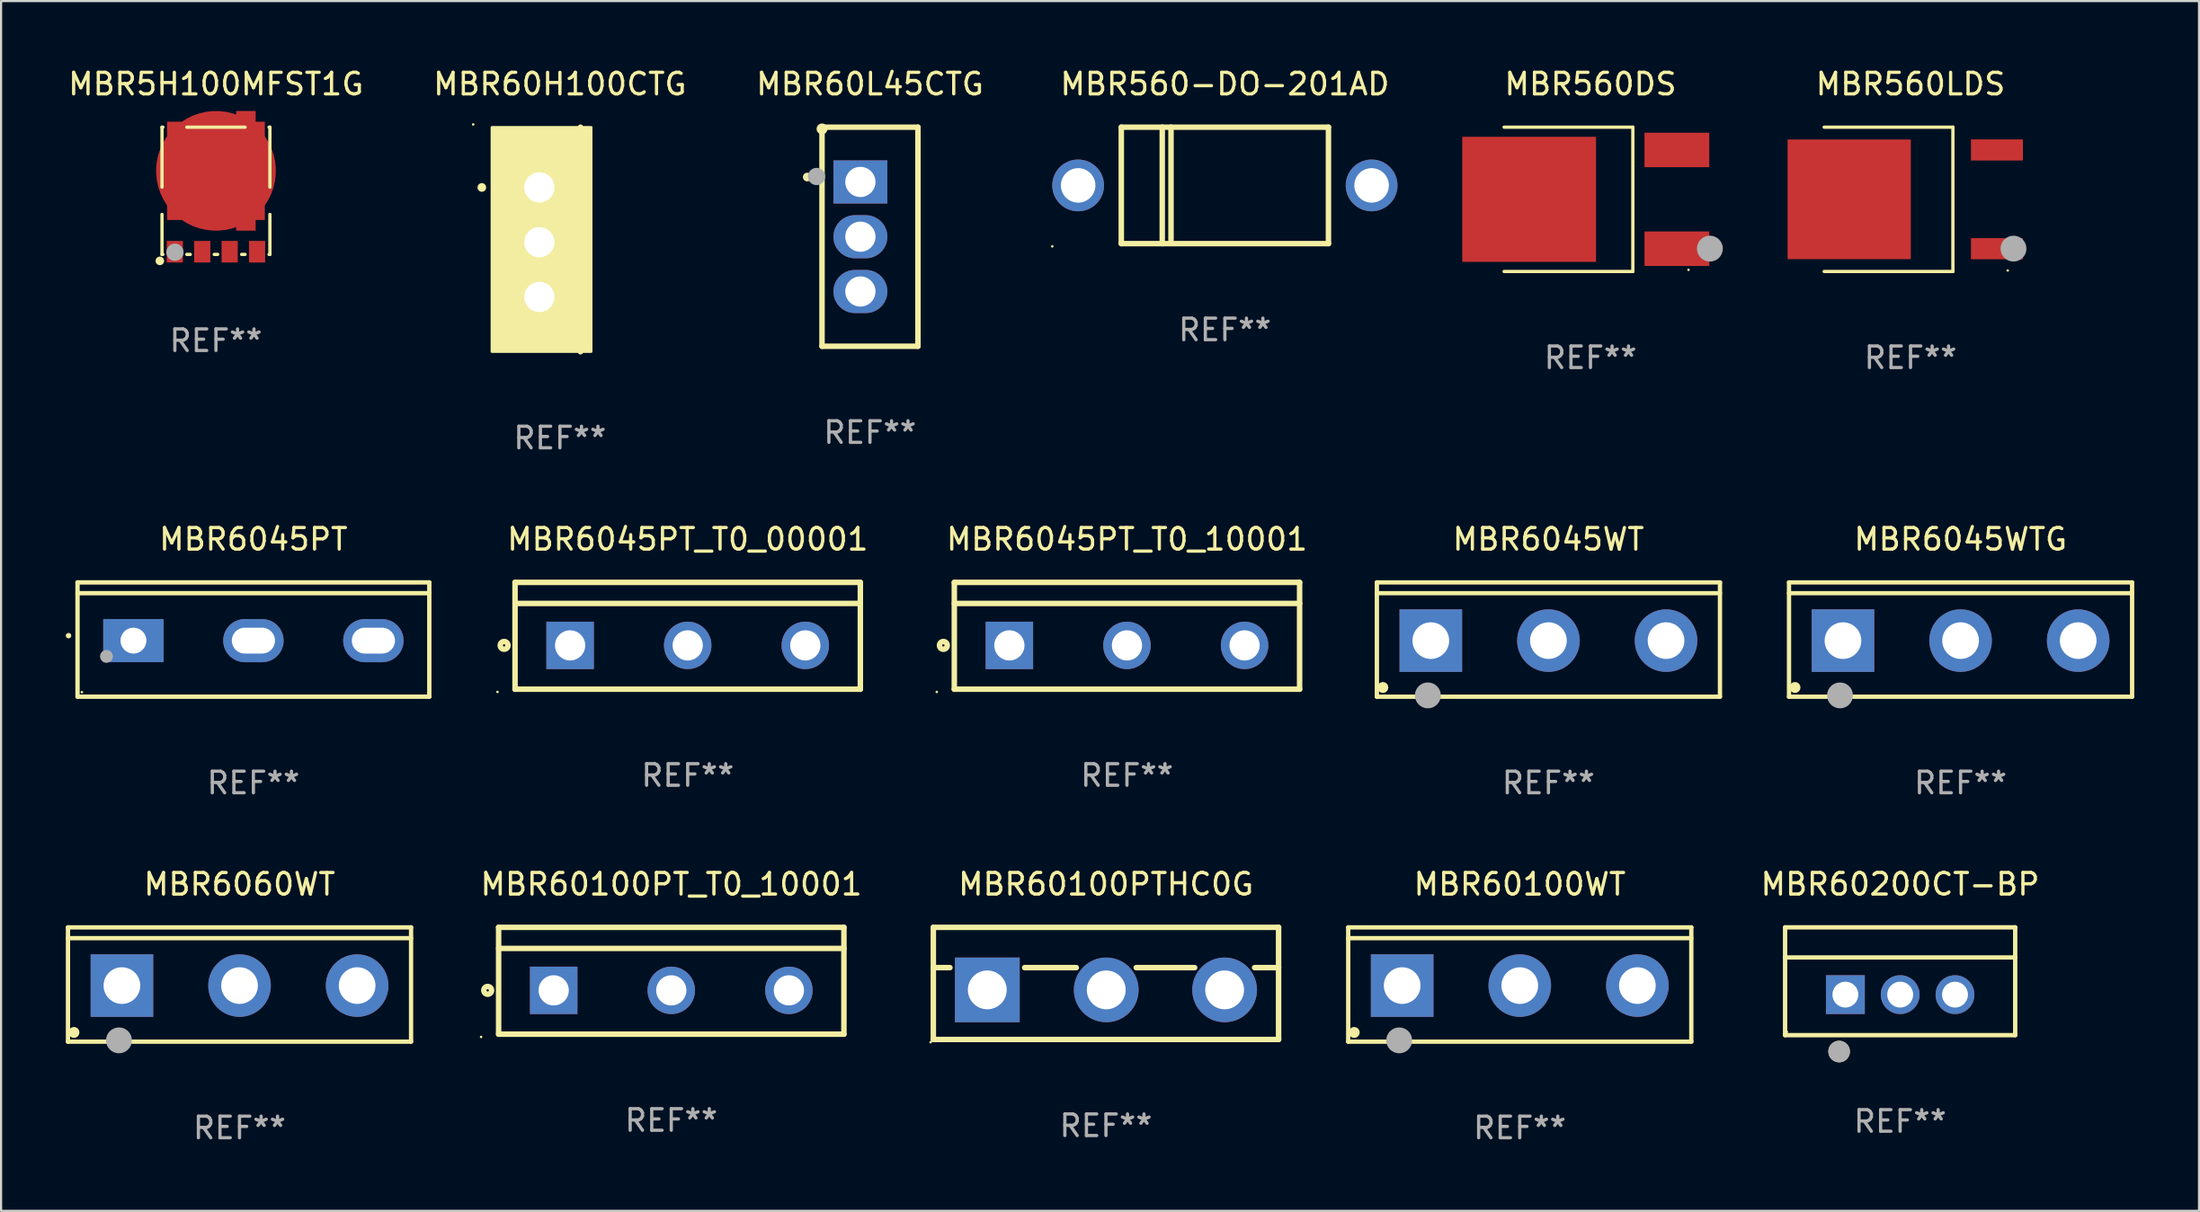
<source format=kicad_pcb>
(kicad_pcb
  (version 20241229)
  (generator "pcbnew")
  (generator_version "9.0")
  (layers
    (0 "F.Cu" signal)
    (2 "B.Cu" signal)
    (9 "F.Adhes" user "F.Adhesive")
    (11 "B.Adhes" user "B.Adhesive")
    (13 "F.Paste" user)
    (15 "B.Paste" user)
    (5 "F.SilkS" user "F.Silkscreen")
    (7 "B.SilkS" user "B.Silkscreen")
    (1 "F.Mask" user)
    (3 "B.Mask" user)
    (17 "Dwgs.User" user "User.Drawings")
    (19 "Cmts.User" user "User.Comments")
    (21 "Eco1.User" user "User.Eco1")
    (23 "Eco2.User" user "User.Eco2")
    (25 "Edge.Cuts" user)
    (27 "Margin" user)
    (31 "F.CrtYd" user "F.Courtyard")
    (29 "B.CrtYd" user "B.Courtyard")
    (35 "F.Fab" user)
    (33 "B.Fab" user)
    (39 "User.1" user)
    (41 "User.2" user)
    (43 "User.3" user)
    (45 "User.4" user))
  (footprint "MBR5H100MFST1G"
    (layer "F.Cu")
    (at 6.958 5.798)
    (property "Reference" "MBR5H100MFST1G" (at 0 -4.95 0) (layer "F.SilkS") (effects (font (size 1 1) (thickness 0.15))))
    (attr through_hole)
    (fp_line (start -2.5 -2.95) (end -2.46 -2.95) (stroke (width 0.152) (type solid)) (layer "F.SilkS"))
    (fp_line (start -2.5 -0.17) (end -2.5 -2.95) (stroke (width 0.152) (type solid)) (layer "F.SilkS"))
    (fp_line (start -2.5 2.95) (end -2.5 1.095) (stroke (width 0.152) (type solid)) (layer "F.SilkS"))
    (fp_line (start -2.46 2.95) (end -2.5 2.95) (stroke (width 0.152) (type solid)) (layer "F.SilkS"))
    (fp_line (start -1.35 -2.95) (end 1.35 -2.95) (stroke (width 0.152) (type solid)) (layer "F.SilkS"))
    (fp_line (start -1.19 2.95) (end -1.35 2.95) (stroke (width 0.152) (type solid)) (layer "F.SilkS"))
    (fp_line (start 0.08 2.95) (end -0.08 2.95) (stroke (width 0.152) (type solid)) (layer "F.SilkS"))
    (fp_line (start 1.35 2.95) (end 1.19 2.95) (stroke (width 0.152) (type solid)) (layer "F.SilkS"))
    (fp_line (start 2.46 -2.95) (end 2.5 -2.95) (stroke (width 0.152) (type solid)) (layer "F.SilkS"))
    (fp_line (start 2.5 -2.95) (end 2.5 -0.17) (stroke (width 0.152) (type solid)) (layer "F.SilkS"))
    (fp_line (start 2.5 1.095) (end 2.5 2.95) (stroke (width 0.152) (type solid)) (layer "F.SilkS"))
    (fp_line (start 2.5 2.95) (end 2.46 2.95) (stroke (width 0.152) (type solid)) (layer "F.SilkS"))
    (fp_circle (center -2.6 3.25) (end -2.5 3.25) (stroke (width 0.2) (type solid)) (fill no) (layer "F.SilkS"))
    (fp_circle (center -2.575 3.123) (end -2.545 3.123) (stroke (width 0.06) (type solid)) (fill no) (layer "F.SilkS"))
    (fp_circle (center -1.9 2.85) (end -1.7 2.85) (stroke (width 0.4) (type solid)) (fill no) (layer "F.Fab"))
    (fp_text user "REF**" (at 0 6.95 0) (layer "F.Fab") (effects (font (size 1 1) (thickness 0.15))))
    (pad "1" smd rect (at -1.905 2.825) (size 0.75 1) (layers "F.Cu" "F.Mask" "F.Paste"))
    (pad "2" smd rect (at -0.635 2.825) (size 0.75 1) (layers "F.Cu" "F.Mask" "F.Paste"))
    (pad "3" smd rect (at 0.635 2.825) (size 0.75 1) (layers "F.Cu" "F.Mask" "F.Paste"))
    (pad "4" smd rect (at 1.905 2.825) (size 0.75 1) (layers "F.Cu" "F.Mask" "F.Paste"))
    (pad "5" smd custom (at 0 -0.925 90) (size 5.55 4.53) (layers "F.Cu" "F.Mask" "F.Paste") (options (anchor circle)) (primitives (gr_poly (pts (xy -2.28 2.265) (xy -2.28 1.84) (xy -2.775 1.84) (xy -2.775 0.935) (xy -2.28 0.935) (xy -2.28 -2.265) (xy -1.53 -2.265) (xy -1.53 -1.765) (xy 1.53 -1.765) (xy 1.53 -2.265) (xy 2.28 -2.265) (xy 2.28 0.935) (xy 2.775 0.935) (xy 2.775 1.84) (xy 2.28 1.84) (xy 2.28 2.265)) (width 0) (fill yes)))))
  (footprint "MBR6045PT"
    (layer "F.Cu")
    (at 8.694 26.609)
    (property "Reference" "MBR6045PT" (at 0 -4.65 0) (layer "F.SilkS") (effects (font (size 1 1) (thickness 0.15))))
    (attr through_hole)
    (fp_line (start -8.151 -2.65) (end -8.151 2.65) (stroke (width 0.201) (type solid)) (layer "F.SilkS"))
    (fp_line (start 8.151 -2.65) (end -8.151 -2.65) (stroke (width 0.201) (type solid)) (layer "F.SilkS"))
    (fp_line (start 8.151 -2.15) (end -8.151 -2.15) (stroke (width 0.201) (type solid)) (layer "F.SilkS"))
    (fp_line (start 8.151 2.65) (end -8.151 2.65) (stroke (width 0.201) (type solid)) (layer "F.SilkS"))
    (fp_line (start 8.151 2.65) (end 8.151 -2.65) (stroke (width 0.201) (type solid)) (layer "F.SilkS"))
    (fp_arc (start -8.570003 -0.18048) (mid -8.568733 -0.180486) (end -8.567463 -0.18048) (stroke (width 0.24892) (type solid)) (layer "F.SilkS"))
    (fp_circle (center -7.95 2.44) (end -7.92 2.44) (stroke (width 0.06) (type solid)) (fill no) (layer "F.SilkS"))
    (fp_circle (center -6.81 0.78) (end -6.66 0.78) (stroke (width 0.3) (type solid)) (fill no) (layer "F.Fab"))
    (fp_text user "REF**" (at 0 6.65 0) (layer "F.Fab") (effects (font (size 1 1) (thickness 0.15))))
    (pad "1" thru_hole rect (at -5.56 0.05 90) (size 2 2.8) (drill 1.2) (layers "*.Cu" "*.Mask"))
    (pad "2" thru_hole oval (at 0 0.05 90) (size 2 2.8) (drill oval 1.2 2) (layers "*.Cu" "*.Mask"))
    (pad "3" thru_hole oval (at 5.56 0.05 90) (size 2 2.8) (drill oval 1.2 2) (layers "*.Cu" "*.Mask")))
  (footprint "MBR560-DO-201AD"
    (layer "F.Cu")
    (at 53.715 5.548)
    (property "Reference" "MBR560-DO-201AD" (at 0 -4.7 0) (layer "F.SilkS") (effects (font (size 1 1) (thickness 0.15))))
    (attr through_hole)
    (fp_line (start -4.8 -2.7) (end -4.8 2.7) (stroke (width 0.254) (type solid)) (layer "F.SilkS"))
    (fp_line (start -4.8 -2.7) (end 4.8 -2.7) (stroke (width 0.254) (type solid)) (layer "F.SilkS"))
    (fp_line (start -2.902 -2.7) (end -2.902 2.7) (stroke (width 0.254) (type solid)) (layer "F.SilkS"))
    (fp_line (start -2.496 -2.7) (end -2.496 2.54) (stroke (width 0.254) (type solid)) (layer "F.SilkS"))
    (fp_line (start 4.8 -2.7) (end 4.8 2.7) (stroke (width 0.254) (type solid)) (layer "F.SilkS"))
    (fp_line (start 4.8 2.7) (end -4.8 2.7) (stroke (width 0.254) (type solid)) (layer "F.SilkS"))
    (fp_circle (center -8 2.827) (end -7.97 2.827) (stroke (width 0.06) (type solid)) (fill no) (layer "F.SilkS"))
    (fp_text user "REF**" (at 0 6.7 0) (layer "F.Fab") (effects (font (size 1 1) (thickness 0.15))))
    (pad "1" thru_hole circle (at -6.8 0) (size 2.4 2.4) (drill 1.6) (layers "*.Cu" "*.Mask"))
    (pad "2" thru_hole circle (at 6.8 0) (size 2.4 2.4) (drill 1.6) (layers "*.Cu" "*.Mask")))
  (footprint "MBR60100PT_T0_10001"
    (layer "F.Cu")
    (at 28.059 42.433)
    (property "Reference" "MBR60100PT_T0_10001" (at 0 -4.477 0) (layer "F.SilkS") (effects (font (size 1 1) (thickness 0.15))))
    (attr through_hole)
    (fp_line (start -8.001 -2.477) (end 8.001 -2.477) (stroke (width 0.254) (type solid)) (layer "F.SilkS"))
    (fp_line (start -8.001 2.477) (end -8.001 -2.477) (stroke (width 0.254) (type solid)) (layer "F.SilkS"))
    (fp_line (start -7.999 -1.5) (end 8.001 -1.5) (stroke (width 0.254) (type solid)) (layer "F.SilkS"))
    (fp_line (start 8.001 -2.477) (end 8.001 2.477) (stroke (width 0.254) (type solid)) (layer "F.SilkS"))
    (fp_line (start 8.001 2.477) (end -8.001 2.477) (stroke (width 0.254) (type solid)) (layer "F.SilkS"))
    (fp_circle (center -8.814 2.604) (end -8.784 2.604) (stroke (width 0.06) (type solid)) (fill no) (layer "F.SilkS"))
    (fp_circle (center -8.508 0.445) (end -8.328 0.445) (stroke (width 0.254) (type solid)) (fill no) (layer "F.SilkS"))
    (fp_text user "REF**" (at 0 6.477 0) (layer "F.Fab") (effects (font (size 1 1) (thickness 0.15))))
    (pad "1" thru_hole rect (at -5.449 0.445) (size 2.2 2.2) (drill 1.4) (layers "*.Cu" "*.Mask"))
    (pad "2" thru_hole circle (at 0.001 0.445) (size 2.2 2.2) (drill 1.4) (layers "*.Cu" "*.Mask"))
    (pad "3" thru_hole circle (at 5.451 0.445) (size 2.2 2.2) (drill 1.4) (layers "*.Cu" "*.Mask")))
  (footprint "MBR60100WT"
    (layer "F.Cu")
    (at 67.381 42.607)
    (property "Reference" "MBR60100WT" (at 0 -4.65 0) (layer "F.SilkS") (effects (font (size 1 1) (thickness 0.15))))
    (attr through_hole)
    (fp_line (start -7.95 -2.65) (end -7.95 2.65) (stroke (width 0.2) (type solid)) (layer "F.SilkS"))
    (fp_line (start -7.95 -2.15) (end 7.95 -2.15) (stroke (width 0.2) (type solid)) (layer "F.SilkS"))
    (fp_line (start -7.95 2.65) (end 7.95 2.65) (stroke (width 0.2) (type solid)) (layer "F.SilkS"))
    (fp_line (start 7.95 -2.65) (end -7.95 -2.65) (stroke (width 0.2) (type solid)) (layer "F.SilkS"))
    (fp_line (start 7.95 2.65) (end 7.95 -2.65) (stroke (width 0.2) (type solid)) (layer "F.SilkS"))
    (fp_circle (center -7.672 2.223) (end -7.545 2.223) (stroke (width 0.254) (type solid)) (fill no) (layer "F.SilkS"))
    (fp_circle (center -5.587 2.59) (end -5.287 2.59) (stroke (width 0.6) (type solid)) (fill no) (layer "F.Fab"))
    (fp_text user "REF**" (at 0 6.65 0) (layer "F.Fab") (effects (font (size 1 1) (thickness 0.15))))
    (pad "1" thru_hole rect (at -5.45 0.05) (size 2.9 2.9) (drill 1.7) (layers "*.Cu" "*.Mask"))
    (pad "2" thru_hole circle (at 0.001 0.05) (size 2.9 2.9) (drill 1.7) (layers "*.Cu" "*.Mask"))
    (pad "3" thru_hole circle (at 5.451 0.05) (size 2.9 2.9) (drill 1.7) (layers "*.Cu" "*.Mask")))
  (footprint "MBR60200CT-BP"
    (layer "F.Cu")
    (at 85.009 42.456)
    (property "Reference" "MBR60200CT-BP" (at 0 -4.5 0) (layer "F.SilkS") (effects (font (size 1 1) (thickness 0.15))))
    (attr through_hole)
    (fp_line (start -5.332 2.5) (end -5.332 -2.5) (stroke (width 0.201) (type solid)) (layer "F.SilkS"))
    (fp_line (start -5.328 -2.5) (end 5.332 -2.5) (stroke (width 0.201) (type solid)) (layer "F.SilkS"))
    (fp_line (start -5.328 -1.104) (end 5.332 -1.104) (stroke (width 0.201) (type solid)) (layer "F.SilkS"))
    (fp_line (start 5.332 -2.5) (end 5.332 2.5) (stroke (width 0.201) (type solid)) (layer "F.SilkS"))
    (fp_line (start 5.332 2.5) (end -5.332 2.5) (stroke (width 0.201) (type solid)) (layer "F.SilkS"))
    (fp_circle (center -5.248 2.35) (end -5.218 2.35) (stroke (width 0.06) (type solid)) (fill no) (layer "F.SilkS"))
    (fp_circle (center -2.828 3.26) (end -2.578 3.26) (stroke (width 0.5) (type solid)) (fill no) (layer "F.SilkS"))
    (fp_circle (center -2.828 3.26) (end -2.578 3.26) (stroke (width 0.5) (type solid)) (fill no) (layer "F.Fab"))
    (fp_text user "REF**" (at 0 6.5 0) (layer "F.Fab") (effects (font (size 1 1) (thickness 0.15))))
    (pad "1" thru_hole rect (at -2.538 0.62) (size 1.8 1.8) (drill 1.2) (layers "*.Cu" "*.Mask"))
    (pad "2" thru_hole circle (at 0.002 0.62) (size 1.8 1.8) (drill 1.2) (layers "*.Cu" "*.Mask"))
    (pad "3" thru_hole circle (at 2.542 0.62) (size 1.8 1.8) (drill 1.2) (layers "*.Cu" "*.Mask")))
  (footprint "MBR60L45CTG"
    (layer "F.Cu")
    (at 37.268 7.928)
    (property "Reference" "MBR60L45CTG" (at 0 -7.08 0) (layer "F.SilkS") (effects (font (size 1 1) (thickness 0.15))))
    (attr through_hole)
    (fp_line (start -2.223 -4.953) (end -2.223 5.08) (stroke (width 0.254) (type solid)) (layer "F.SilkS"))
    (fp_line (start -2.223 5.08) (end 2.223 5.08) (stroke (width 0.254) (type solid)) (layer "F.SilkS"))
    (fp_line (start 2.223 -5.08) (end -2.223 -5.08) (stroke (width 0.254) (type solid)) (layer "F.SilkS"))
    (fp_line (start 2.223 5.08) (end 2.223 -5.08) (stroke (width 0.254) (type solid)) (layer "F.SilkS"))
    (fp_arc (start -2.908306 -2.766066) (mid -2.90831 -2.767336) (end -2.908306 -2.768606) (stroke (width 0.4) (type solid)) (layer "F.SilkS"))
    (fp_circle (center -2.223 -5) (end -2.096 -5) (stroke (width 0.254) (type solid)) (fill no) (layer "F.SilkS"))
    (fp_circle (center -2.477 -2.794) (end -2.277 -2.794) (stroke (width 0.4) (type solid)) (fill no) (layer "F.Fab"))
    (fp_text user "REF**" (at 0 9.08 0) (layer "F.Fab") (effects (font (size 1 1) (thickness 0.15))))
    (pad "1" thru_hole rect (at -0.445 -2.54 270) (size 2 2.5) (drill 1.4) (layers "*.Cu" "*.Mask"))
    (pad "2" thru_hole oval (at -0.445 0 270) (size 2 2.5) (drill 1.4) (layers "*.Cu" "*.Mask"))
    (pad "3" thru_hole oval (at -0.445 2.54 270) (size 2 2.5) (drill 1.4) (layers "*.Cu" "*.Mask")))
  (footprint "MBR60H100CTG"
    (layer "F.Cu")
    (at 22.899 8.055)
    (property "Reference" "MBR60H100CTG" (at 0 -7.207 0) (layer "F.SilkS") (effects (font (size 1 1) (thickness 0.15))))
    (attr through_hole)
    (fp_line (start 0.953 5.207) (end 0.953 -5.207) (stroke (width 0.254) (type solid)) (layer "F.SilkS"))
    (fp_arc (start -3.619507 -2.410465) (mid -3.619511 -2.411735) (end -3.619507 -2.413005) (stroke (width 0.4) (type solid)) (layer "F.SilkS"))
    (fp_circle (center -4.02 -5.334) (end -3.99 -5.334) (stroke (width 0.06) (type solid)) (fill no) (layer "F.SilkS"))
    (fp_poly (pts (xy -3.152 -5.2) (xy 1.448 -5.2) (xy 1.448 5.2) (xy -3.152 5.2)) (stroke (width 0.12) (type solid)) (fill yes) (layer "F.SilkS"))
    (fp_text user "REF**" (at 0 9.207 0) (layer "F.Fab") (effects (font (size 1 1) (thickness 0.15))))
    (pad "1" thru_hole rect (at -0.953 -2.413 270) (size 2 2.5) (drill 1.4) (layers "*.Cu" "*.Mask"))
    (pad "2" thru_hole oval (at -0.953 0.127 270) (size 2 2.5) (drill 1.4) (layers "*.Cu" "*.Mask"))
    (pad "3" thru_hole oval (at -0.953 2.667 270) (size 2 2.5) (drill 1.4) (layers "*.Cu" "*.Mask")))
  (footprint "MBR60100PTHC0G"
    (layer "F.Cu")
    (at 48.204 42.556)
    (property "Reference" "MBR60100PTHC0G" (at 0 -4.6 0) (layer "F.SilkS") (effects (font (size 1 1) (thickness 0.15))))
    (attr through_hole)
    (fp_line (start -8 -2.6) (end -8 2.6) (stroke (width 0.254) (type solid)) (layer "F.SilkS"))
    (fp_line (start -8 -2.6) (end 8 -2.6) (stroke (width 0.254) (type solid)) (layer "F.SilkS"))
    (fp_line (start -8 -0.732) (end -7.23 -0.732) (stroke (width 0.254) (type solid)) (layer "F.SilkS"))
    (fp_line (start -8 2.6) (end 8 2.6) (stroke (width 0.254) (type solid)) (layer "F.SilkS"))
    (fp_line (start -3.768 -0.732) (end -1.376 -0.732) (stroke (width 0.254) (type solid)) (layer "F.SilkS"))
    (fp_line (start 1.402 -0.732) (end 4.11 -0.732) (stroke (width 0.254) (type solid)) (layer "F.SilkS"))
    (fp_line (start 6.888 -0.732) (end 8 -0.732) (stroke (width 0.254) (type solid)) (layer "F.SilkS"))
    (fp_line (start 8 -2.6) (end 8 2.6) (stroke (width 0.254) (type solid)) (layer "F.SilkS"))
    (fp_circle (center -8.127 2.727) (end -8.097 2.727) (stroke (width 0.06) (type solid)) (fill no) (layer "F.SilkS"))
    (fp_text user "REF**" (at 0 6.6 0) (layer "F.Fab") (effects (font (size 1 1) (thickness 0.15))))
    (pad "1" thru_hole rect (at -5.499 0.3) (size 3 3) (drill 1.8) (layers "*.Cu" "*.Mask"))
    (pad "2" thru_hole circle (at 0.013 0.3) (size 3 3) (drill 1.8) (layers "*.Cu" "*.Mask"))
    (pad "3" thru_hole circle (at 5.499 0.3) (size 3 3) (drill 1.8) (layers "*.Cu" "*.Mask")))
  (footprint "MBR6045PT_T0_00001"
    (layer "F.Cu")
    (at 28.82 26.435)
    (property "Reference" "MBR6045PT_T0_00001" (at 0 -4.477 0) (layer "F.SilkS") (effects (font (size 1 1) (thickness 0.15))))
    (attr through_hole)
    (fp_line (start -8.001 -2.477) (end 8.001 -2.477) (stroke (width 0.254) (type solid)) (layer "F.SilkS"))
    (fp_line (start -8.001 2.477) (end -8.001 -2.477) (stroke (width 0.254) (type solid)) (layer "F.SilkS"))
    (fp_line (start -7.999 -1.5) (end 8.001 -1.5) (stroke (width 0.254) (type solid)) (layer "F.SilkS"))
    (fp_line (start 8.001 -2.477) (end 8.001 2.477) (stroke (width 0.254) (type solid)) (layer "F.SilkS"))
    (fp_line (start 8.001 2.477) (end -8.001 2.477) (stroke (width 0.254) (type solid)) (layer "F.SilkS"))
    (fp_circle (center -8.814 2.604) (end -8.784 2.604) (stroke (width 0.06) (type solid)) (fill no) (layer "F.SilkS"))
    (fp_circle (center -8.508 0.445) (end -8.328 0.445) (stroke (width 0.254) (type solid)) (fill no) (layer "F.SilkS"))
    (fp_text user "REF**" (at 0 6.477 0) (layer "F.Fab") (effects (font (size 1 1) (thickness 0.15))))
    (pad "1" thru_hole rect (at -5.449 0.445) (size 2.2 2.2) (drill 1.4) (layers "*.Cu" "*.Mask"))
    (pad "2" thru_hole circle (at 0.001 0.445) (size 2.2 2.2) (drill 1.4) (layers "*.Cu" "*.Mask"))
    (pad "3" thru_hole circle (at 5.451 0.445) (size 2.2 2.2) (drill 1.4) (layers "*.Cu" "*.Mask")))
  (footprint "MBR560LDS"
    (layer "F.Cu")
    (at 85.491 6.194)
    (property "Reference" "MBR560LDS" (at 0 -5.346 0) (layer "F.SilkS") (effects (font (size 1 1) (thickness 0.15))))
    (attr through_hole)
    (fp_line (start -4.004 -3.346) (end 1.963 -3.346) (stroke (width 0.152) (type solid)) (layer "F.SilkS"))
    (fp_line (start -4.004 3.346) (end 1.963 3.346) (stroke (width 0.152) (type solid)) (layer "F.SilkS"))
    (fp_line (start 1.963 3.346) (end 1.963 -3.346) (stroke (width 0.152) (type solid)) (layer "F.SilkS"))
    (fp_circle (center 4.504 3.3) (end 4.534 3.3) (stroke (width 0.06) (type solid)) (fill no) (layer "F.SilkS"))
    (fp_circle (center 4.771 2.286) (end 5.071 2.286) (stroke (width 0.6) (type solid)) (fill no) (layer "F.Fab"))
    (fp_text user "REF**" (at 0 7.346 0) (layer "F.Fab") (effects (font (size 1 1) (thickness 0.15))))
    (pad "1" smd rect (at 4.004 2.29) (size 2.409 0.979) (layers "F.Cu" "F.Mask" "F.Paste"))
    (pad "2" smd rect (at -2.843 0) (size 5.711 5.548) (layers "F.Cu" "F.Mask" "F.Paste"))
    (pad "3" smd rect (at 4.004 -2.29) (size 2.409 0.979) (layers "F.Cu" "F.Mask" "F.Paste")))
  (footprint "MBR6045PT_T0_10001"
    (layer "F.Cu")
    (at 49.177 26.435)
    (property "Reference" "MBR6045PT_T0_10001" (at 0 -4.477 0) (layer "F.SilkS") (effects (font (size 1 1) (thickness 0.15))))
    (attr through_hole)
    (fp_line (start -8.001 -2.477) (end 8.001 -2.477) (stroke (width 0.254) (type solid)) (layer "F.SilkS"))
    (fp_line (start -8.001 2.477) (end -8.001 -2.477) (stroke (width 0.254) (type solid)) (layer "F.SilkS"))
    (fp_line (start -7.999 -1.5) (end 8.001 -1.5) (stroke (width 0.254) (type solid)) (layer "F.SilkS"))
    (fp_line (start 8.001 -2.477) (end 8.001 2.477) (stroke (width 0.254) (type solid)) (layer "F.SilkS"))
    (fp_line (start 8.001 2.477) (end -8.001 2.477) (stroke (width 0.254) (type solid)) (layer "F.SilkS"))
    (fp_circle (center -8.814 2.604) (end -8.784 2.604) (stroke (width 0.06) (type solid)) (fill no) (layer "F.SilkS"))
    (fp_circle (center -8.508 0.445) (end -8.328 0.445) (stroke (width 0.254) (type solid)) (fill no) (layer "F.SilkS"))
    (fp_text user "REF**" (at 0 6.477 0) (layer "F.Fab") (effects (font (size 1 1) (thickness 0.15))))
    (pad "1" thru_hole rect (at -5.449 0.445) (size 2.2 2.2) (drill 1.4) (layers "*.Cu" "*.Mask"))
    (pad "2" thru_hole circle (at 0.001 0.445) (size 2.2 2.2) (drill 1.4) (layers "*.Cu" "*.Mask"))
    (pad "3" thru_hole circle (at 5.451 0.445) (size 2.2 2.2) (drill 1.4) (layers "*.Cu" "*.Mask")))
  (footprint "MBR560DS"
    (layer "F.Cu")
    (at 70.659 6.194)
    (property "Reference" "MBR560DS" (at 0 -5.346 0) (layer "F.SilkS") (effects (font (size 1 1) (thickness 0.15))))
    (attr through_hole)
    (fp_line (start -4.004 -3.346) (end 1.963 -3.346) (stroke (width 0.152) (type solid)) (layer "F.SilkS"))
    (fp_line (start -4.004 3.346) (end 1.963 3.346) (stroke (width 0.152) (type solid)) (layer "F.SilkS"))
    (fp_line (start 1.963 3.346) (end 1.963 -3.346) (stroke (width 0.152) (type solid)) (layer "F.SilkS"))
    (fp_circle (center 4.542 3.27) (end 4.572 3.27) (stroke (width 0.06) (type solid)) (fill no) (layer "F.SilkS"))
    (fp_circle (center 5.533 2.286) (end 5.833 2.286) (stroke (width 0.6) (type solid)) (fill no) (layer "F.Fab"))
    (fp_text user "REF**" (at 0 7.346 0) (layer "F.Fab") (effects (font (size 1 1) (thickness 0.15))))
    (pad "1" smd rect (at 4.004 2.29) (size 3 1.6) (layers "F.Cu" "F.Mask" "F.Paste"))
    (pad "2" smd rect (at -2.844 0) (size 6.2 5.8) (layers "F.Cu" "F.Mask" "F.Paste"))
    (pad "3" smd rect (at 4.004 -2.29) (size 3 1.6) (layers "F.Cu" "F.Mask" "F.Paste")))
  (footprint "MBR6045WT"
    (layer "F.Cu")
    (at 68.709 26.609)
    (property "Reference" "MBR6045WT" (at 0 -4.65 0) (layer "F.SilkS") (effects (font (size 1 1) (thickness 0.15))))
    (attr through_hole)
    (fp_line (start -7.95 -2.65) (end -7.95 2.65) (stroke (width 0.2) (type solid)) (layer "F.SilkS"))
    (fp_line (start -7.95 -2.15) (end 7.95 -2.15) (stroke (width 0.2) (type solid)) (layer "F.SilkS"))
    (fp_line (start -7.95 2.65) (end 7.95 2.65) (stroke (width 0.2) (type solid)) (layer "F.SilkS"))
    (fp_line (start 7.95 -2.65) (end -7.95 -2.65) (stroke (width 0.2) (type solid)) (layer "F.SilkS"))
    (fp_line (start 7.95 2.65) (end 7.95 -2.65) (stroke (width 0.2) (type solid)) (layer "F.SilkS"))
    (fp_circle (center -7.672 2.223) (end -7.545 2.223) (stroke (width 0.254) (type solid)) (fill no) (layer "F.SilkS"))
    (fp_circle (center -5.587 2.59) (end -5.287 2.59) (stroke (width 0.6) (type solid)) (fill no) (layer "F.Fab"))
    (fp_text user "REF**" (at 0 6.65 0) (layer "F.Fab") (effects (font (size 1 1) (thickness 0.15))))
    (pad "1" thru_hole rect (at -5.45 0.05) (size 2.9 2.9) (drill 1.7) (layers "*.Cu" "*.Mask"))
    (pad "2" thru_hole circle (at 0.001 0.05) (size 2.9 2.9) (drill 1.7) (layers "*.Cu" "*.Mask"))
    (pad "3" thru_hole circle (at 5.451 0.05) (size 2.9 2.9) (drill 1.7) (layers "*.Cu" "*.Mask")))
  (footprint "MBR6045WTG"
    (layer "F.Cu")
    (at 87.809 26.609)
    (property "Reference" "MBR6045WTG" (at 0 -4.65 0) (layer "F.SilkS") (effects (font (size 1 1) (thickness 0.15))))
    (attr through_hole)
    (fp_line (start -7.95 -2.65) (end -7.95 2.65) (stroke (width 0.2) (type solid)) (layer "F.SilkS"))
    (fp_line (start -7.95 -2.15) (end 7.95 -2.15) (stroke (width 0.2) (type solid)) (layer "F.SilkS"))
    (fp_line (start -7.95 2.65) (end 7.95 2.65) (stroke (width 0.2) (type solid)) (layer "F.SilkS"))
    (fp_line (start 7.95 -2.65) (end -7.95 -2.65) (stroke (width 0.2) (type solid)) (layer "F.SilkS"))
    (fp_line (start 7.95 2.65) (end 7.95 -2.65) (stroke (width 0.2) (type solid)) (layer "F.SilkS"))
    (fp_circle (center -7.672 2.223) (end -7.545 2.223) (stroke (width 0.254) (type solid)) (fill no) (layer "F.SilkS"))
    (fp_circle (center -5.587 2.59) (end -5.287 2.59) (stroke (width 0.6) (type solid)) (fill no) (layer "F.Fab"))
    (fp_text user "REF**" (at 0 6.65 0) (layer "F.Fab") (effects (font (size 1 1) (thickness 0.15))))
    (pad "1" thru_hole rect (at -5.45 0.05) (size 2.9 2.9) (drill 1.7) (layers "*.Cu" "*.Mask"))
    (pad "2" thru_hole circle (at 0.001 0.05) (size 2.9 2.9) (drill 1.7) (layers "*.Cu" "*.Mask"))
    (pad "3" thru_hole circle (at 5.451 0.05) (size 2.9 2.9) (drill 1.7) (layers "*.Cu" "*.Mask")))
  (footprint "MBR6060WT"
    (layer "F.Cu")
    (at 8.05 42.607)
    (property "Reference" "MBR6060WT" (at 0 -4.65 0) (layer "F.SilkS") (effects (font (size 1 1) (thickness 0.15))))
    (attr through_hole)
    (fp_line (start -7.95 -2.65) (end -7.95 2.65) (stroke (width 0.2) (type solid)) (layer "F.SilkS"))
    (fp_line (start -7.95 -2.15) (end 7.95 -2.15) (stroke (width 0.2) (type solid)) (layer "F.SilkS"))
    (fp_line (start -7.95 2.65) (end 7.95 2.65) (stroke (width 0.2) (type solid)) (layer "F.SilkS"))
    (fp_line (start 7.95 -2.65) (end -7.95 -2.65) (stroke (width 0.2) (type solid)) (layer "F.SilkS"))
    (fp_line (start 7.95 2.65) (end 7.95 -2.65) (stroke (width 0.2) (type solid)) (layer "F.SilkS"))
    (fp_circle (center -7.672 2.223) (end -7.545 2.223) (stroke (width 0.254) (type solid)) (fill no) (layer "F.SilkS"))
    (fp_circle (center -5.587 2.59) (end -5.287 2.59) (stroke (width 0.6) (type solid)) (fill no) (layer "F.Fab"))
    (fp_text user "REF**" (at 0 6.65 0) (layer "F.Fab") (effects (font (size 1 1) (thickness 0.15))))
    (pad "1" thru_hole rect (at -5.45 0.05) (size 2.9 2.9) (drill 1.7) (layers "*.Cu" "*.Mask"))
    (pad "2" thru_hole circle (at 0.001 0.05) (size 2.9 2.9) (drill 1.7) (layers "*.Cu" "*.Mask"))
    (pad "3" thru_hole circle (at 5.451 0.05) (size 2.9 2.9) (drill 1.7) (layers "*.Cu" "*.Mask")))
  (gr_rect
    (start -3 -3)
    (end 98.86 53.105)
    (stroke (width 0.1) (type default))
    (fill no)
    (layer "Edge.Cuts")))
</source>
